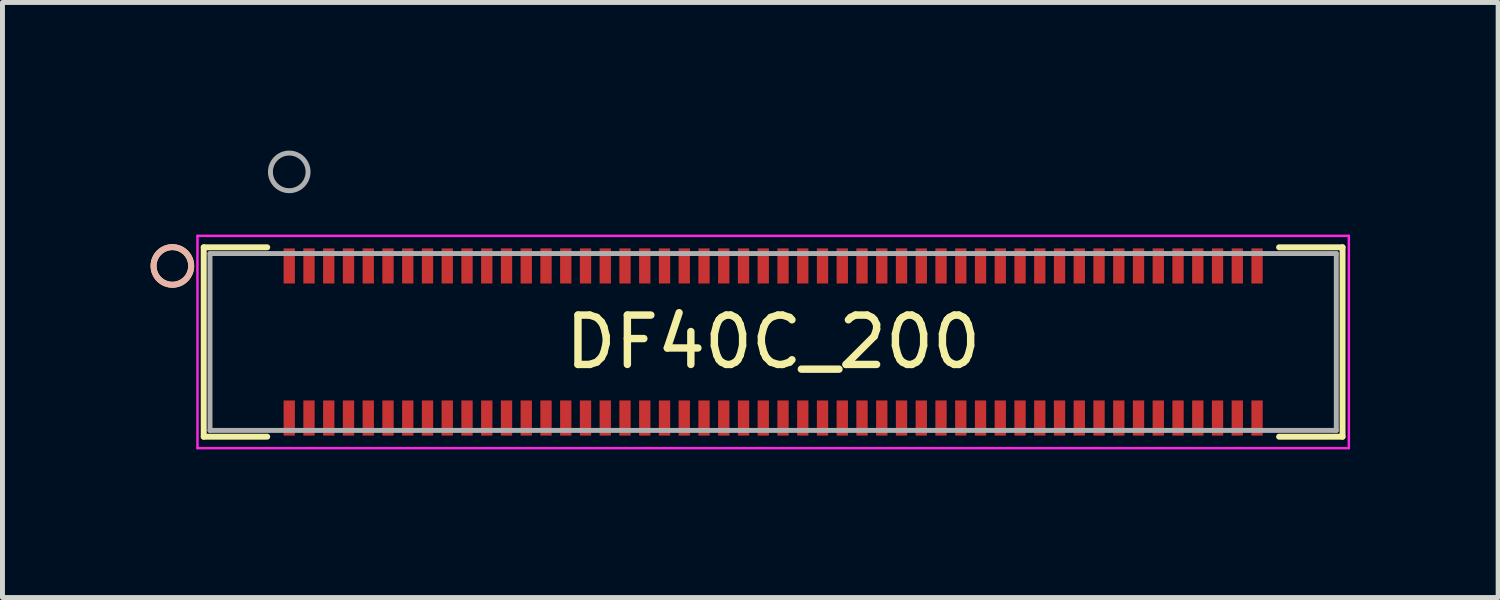
<source format=kicad_pcb>
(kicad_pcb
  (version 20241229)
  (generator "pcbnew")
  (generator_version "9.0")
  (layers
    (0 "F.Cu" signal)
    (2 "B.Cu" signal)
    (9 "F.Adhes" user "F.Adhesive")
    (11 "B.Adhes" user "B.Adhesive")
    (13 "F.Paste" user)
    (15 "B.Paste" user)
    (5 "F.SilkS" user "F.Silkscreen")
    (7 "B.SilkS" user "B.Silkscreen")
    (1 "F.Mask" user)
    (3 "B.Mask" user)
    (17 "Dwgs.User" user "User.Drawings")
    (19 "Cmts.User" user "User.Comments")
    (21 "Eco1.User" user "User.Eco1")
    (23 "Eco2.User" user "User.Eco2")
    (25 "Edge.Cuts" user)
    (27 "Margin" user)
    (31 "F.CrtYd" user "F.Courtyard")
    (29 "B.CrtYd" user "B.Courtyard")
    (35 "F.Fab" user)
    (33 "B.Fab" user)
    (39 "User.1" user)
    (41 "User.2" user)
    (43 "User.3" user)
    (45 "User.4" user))
  (footprint "DF40C_200"
    (layer "F.Cu")
    (at 12.608 3.876)
    (property "Reference" "DF40C_200" (at 0 0 0) (layer "F.SilkS") (effects (font (size 1 1) (thickness 0.15))))
    (attr through_hole)
    (fp_line (start -11.532 -1.918) (end -11.532 1.918) (stroke (width 0.12) (type solid)) (layer "F.SilkS"))
    (fp_line (start -11.532 1.918) (end -10.246 1.918) (stroke (width 0.12) (type solid)) (layer "F.SilkS"))
    (fp_line (start -10.246 -1.918) (end -11.532 -1.918) (stroke (width 0.12) (type solid)) (layer "F.SilkS"))
    (fp_line (start 10.246 1.918) (end 11.532 1.918) (stroke (width 0.12) (type solid)) (layer "F.SilkS"))
    (fp_line (start 11.532 -1.918) (end 10.246 -1.918) (stroke (width 0.12) (type solid)) (layer "F.SilkS"))
    (fp_line (start 11.532 1.918) (end 11.532 -1.918) (stroke (width 0.12) (type solid)) (layer "F.SilkS"))
    (fp_circle (center -12.167 -1.54) (end -11.786 -1.54) (stroke (width 0.12) (type solid)) (fill no) (layer "F.SilkS"))
    (fp_circle (center -12.167 -1.54) (end -11.786 -1.54) (stroke (width 0.12) (type solid)) (fill no) (layer "B.SilkS"))
    (fp_line (start -11.659 -2.15) (end -11.659 2.15) (stroke (width 0.05) (type solid)) (layer "F.CrtYd"))
    (fp_line (start -11.659 2.15) (end 11.659 2.15) (stroke (width 0.05) (type solid)) (layer "F.CrtYd"))
    (fp_line (start 11.659 -2.15) (end -11.659 -2.15) (stroke (width 0.05) (type solid)) (layer "F.CrtYd"))
    (fp_line (start 11.659 2.15) (end 11.659 -2.15) (stroke (width 0.05) (type solid)) (layer "F.CrtYd"))
    (fp_line (start -11.405 -1.791) (end -11.405 1.791) (stroke (width 0.1) (type solid)) (layer "F.Fab"))
    (fp_line (start -11.405 1.791) (end 11.405 1.791) (stroke (width 0.1) (type solid)) (layer "F.Fab"))
    (fp_line (start 11.405 -1.791) (end -11.405 -1.791) (stroke (width 0.1) (type solid)) (layer "F.Fab"))
    (fp_line (start 11.405 1.791) (end 11.405 -1.791) (stroke (width 0.1) (type solid)) (layer "F.Fab"))
    (fp_circle (center -9.8 -3.445) (end -9.419 -3.445) (stroke (width 0.1) (type solid)) (fill no) (layer "F.Fab"))
    (pad "101" smd rect (at -9.8 -1.54) (size 0.229 0.711) (layers "F.Cu" "F.Mask" "F.Paste"))
    (pad "102" smd rect (at -9.8 1.54) (size 0.229 0.711) (layers "F.Cu" "F.Mask" "F.Paste"))
    (pad "103" smd rect (at -9.4 -1.54) (size 0.229 0.711) (layers "F.Cu" "F.Mask" "F.Paste"))
    (pad "104" smd rect (at -9.4 1.54) (size 0.229 0.711) (layers "F.Cu" "F.Mask" "F.Paste"))
    (pad "105" smd rect (at -9 -1.54) (size 0.229 0.711) (layers "F.Cu" "F.Mask" "F.Paste"))
    (pad "106" smd rect (at -9 1.54) (size 0.229 0.711) (layers "F.Cu" "F.Mask" "F.Paste"))
    (pad "107" smd rect (at -8.6 -1.54) (size 0.229 0.711) (layers "F.Cu" "F.Mask" "F.Paste"))
    (pad "108" smd rect (at -8.6 1.54) (size 0.229 0.711) (layers "F.Cu" "F.Mask" "F.Paste"))
    (pad "109" smd rect (at -8.2 -1.54) (size 0.229 0.711) (layers "F.Cu" "F.Mask" "F.Paste"))
    (pad "110" smd rect (at -8.2 1.54) (size 0.229 0.711) (layers "F.Cu" "F.Mask" "F.Paste"))
    (pad "111" smd rect (at -7.8 -1.54) (size 0.229 0.711) (layers "F.Cu" "F.Mask" "F.Paste"))
    (pad "112" smd rect (at -7.8 1.54) (size 0.229 0.711) (layers "F.Cu" "F.Mask" "F.Paste"))
    (pad "113" smd rect (at -7.4 -1.54) (size 0.229 0.711) (layers "F.Cu" "F.Mask" "F.Paste"))
    (pad "114" smd rect (at -7.4 1.54) (size 0.229 0.711) (layers "F.Cu" "F.Mask" "F.Paste"))
    (pad "115" smd rect (at -7 -1.54) (size 0.229 0.711) (layers "F.Cu" "F.Mask" "F.Paste"))
    (pad "116" smd rect (at -7 1.54) (size 0.229 0.711) (layers "F.Cu" "F.Mask" "F.Paste"))
    (pad "117" smd rect (at -6.6 -1.54) (size 0.229 0.711) (layers "F.Cu" "F.Mask" "F.Paste"))
    (pad "118" smd rect (at -6.6 1.54) (size 0.229 0.711) (layers "F.Cu" "F.Mask" "F.Paste"))
    (pad "119" smd rect (at -6.2 -1.54) (size 0.229 0.711) (layers "F.Cu" "F.Mask" "F.Paste"))
    (pad "120" smd rect (at -6.2 1.54) (size 0.229 0.711) (layers "F.Cu" "F.Mask" "F.Paste"))
    (pad "121" smd rect (at -5.8 -1.54) (size 0.229 0.711) (layers "F.Cu" "F.Mask" "F.Paste"))
    (pad "122" smd rect (at -5.8 1.54) (size 0.229 0.711) (layers "F.Cu" "F.Mask" "F.Paste"))
    (pad "123" smd rect (at -5.4 -1.54) (size 0.229 0.711) (layers "F.Cu" "F.Mask" "F.Paste"))
    (pad "124" smd rect (at -5.4 1.54) (size 0.229 0.711) (layers "F.Cu" "F.Mask" "F.Paste"))
    (pad "125" smd rect (at -5 -1.54) (size 0.229 0.711) (layers "F.Cu" "F.Mask" "F.Paste"))
    (pad "126" smd rect (at -5 1.54) (size 0.229 0.711) (layers "F.Cu" "F.Mask" "F.Paste"))
    (pad "127" smd rect (at -4.6 -1.54) (size 0.229 0.711) (layers "F.Cu" "F.Mask" "F.Paste"))
    (pad "128" smd rect (at -4.6 1.54) (size 0.229 0.711) (layers "F.Cu" "F.Mask" "F.Paste"))
    (pad "129" smd rect (at -4.2 -1.54) (size 0.229 0.711) (layers "F.Cu" "F.Mask" "F.Paste"))
    (pad "130" smd rect (at -4.2 1.54) (size 0.229 0.711) (layers "F.Cu" "F.Mask" "F.Paste"))
    (pad "131" smd rect (at -3.8 -1.54) (size 0.229 0.711) (layers "F.Cu" "F.Mask" "F.Paste"))
    (pad "132" smd rect (at -3.8 1.54) (size 0.229 0.711) (layers "F.Cu" "F.Mask" "F.Paste"))
    (pad "133" smd rect (at -3.4 -1.54) (size 0.229 0.711) (layers "F.Cu" "F.Mask" "F.Paste"))
    (pad "134" smd rect (at -3.4 1.54) (size 0.229 0.711) (layers "F.Cu" "F.Mask" "F.Paste"))
    (pad "135" smd rect (at -3 -1.54) (size 0.229 0.711) (layers "F.Cu" "F.Mask" "F.Paste"))
    (pad "136" smd rect (at -3 1.54) (size 0.229 0.711) (layers "F.Cu" "F.Mask" "F.Paste"))
    (pad "137" smd rect (at -2.6 -1.54) (size 0.229 0.711) (layers "F.Cu" "F.Mask" "F.Paste"))
    (pad "138" smd rect (at -2.6 1.54) (size 0.229 0.711) (layers "F.Cu" "F.Mask" "F.Paste"))
    (pad "139" smd rect (at -2.2 -1.54) (size 0.229 0.711) (layers "F.Cu" "F.Mask" "F.Paste"))
    (pad "140" smd rect (at -2.2 1.54) (size 0.229 0.711) (layers "F.Cu" "F.Mask" "F.Paste"))
    (pad "141" smd rect (at -1.8 -1.54) (size 0.229 0.711) (layers "F.Cu" "F.Mask" "F.Paste"))
    (pad "142" smd rect (at -1.8 1.54) (size 0.229 0.711) (layers "F.Cu" "F.Mask" "F.Paste"))
    (pad "143" smd rect (at -1.4 -1.54) (size 0.229 0.711) (layers "F.Cu" "F.Mask" "F.Paste"))
    (pad "144" smd rect (at -1.4 1.54) (size 0.229 0.711) (layers "F.Cu" "F.Mask" "F.Paste"))
    (pad "145" smd rect (at -1 -1.54) (size 0.229 0.711) (layers "F.Cu" "F.Mask" "F.Paste"))
    (pad "146" smd rect (at -1 1.54) (size 0.229 0.711) (layers "F.Cu" "F.Mask" "F.Paste"))
    (pad "147" smd rect (at -0.6 -1.54) (size 0.229 0.711) (layers "F.Cu" "F.Mask" "F.Paste"))
    (pad "148" smd rect (at -0.6 1.54) (size 0.229 0.711) (layers "F.Cu" "F.Mask" "F.Paste"))
    (pad "149" smd rect (at -0.2 -1.54) (size 0.229 0.711) (layers "F.Cu" "F.Mask" "F.Paste"))
    (pad "150" smd rect (at -0.2 1.54) (size 0.229 0.711) (layers "F.Cu" "F.Mask" "F.Paste"))
    (pad "151" smd rect (at 0.2 -1.54) (size 0.229 0.711) (layers "F.Cu" "F.Mask" "F.Paste"))
    (pad "152" smd rect (at 0.2 1.54) (size 0.229 0.711) (layers "F.Cu" "F.Mask" "F.Paste"))
    (pad "153" smd rect (at 0.6 -1.54) (size 0.229 0.711) (layers "F.Cu" "F.Mask" "F.Paste"))
    (pad "154" smd rect (at 0.6 1.54) (size 0.229 0.711) (layers "F.Cu" "F.Mask" "F.Paste"))
    (pad "155" smd rect (at 1 -1.54) (size 0.229 0.711) (layers "F.Cu" "F.Mask" "F.Paste"))
    (pad "156" smd rect (at 1 1.54) (size 0.229 0.711) (layers "F.Cu" "F.Mask" "F.Paste"))
    (pad "157" smd rect (at 1.4 -1.54) (size 0.229 0.711) (layers "F.Cu" "F.Mask" "F.Paste"))
    (pad "158" smd rect (at 1.4 1.54) (size 0.229 0.711) (layers "F.Cu" "F.Mask" "F.Paste"))
    (pad "159" smd rect (at 1.8 -1.54) (size 0.229 0.711) (layers "F.Cu" "F.Mask" "F.Paste"))
    (pad "160" smd rect (at 1.8 1.54) (size 0.229 0.711) (layers "F.Cu" "F.Mask" "F.Paste"))
    (pad "161" smd rect (at 2.2 -1.54) (size 0.229 0.711) (layers "F.Cu" "F.Mask" "F.Paste"))
    (pad "162" smd rect (at 2.2 1.54) (size 0.229 0.711) (layers "F.Cu" "F.Mask" "F.Paste"))
    (pad "163" smd rect (at 2.6 -1.54) (size 0.229 0.711) (layers "F.Cu" "F.Mask" "F.Paste"))
    (pad "164" smd rect (at 2.6 1.54) (size 0.229 0.711) (layers "F.Cu" "F.Mask" "F.Paste"))
    (pad "165" smd rect (at 3 -1.54) (size 0.229 0.711) (layers "F.Cu" "F.Mask" "F.Paste"))
    (pad "166" smd rect (at 3 1.54) (size 0.229 0.711) (layers "F.Cu" "F.Mask" "F.Paste"))
    (pad "167" smd rect (at 3.4 -1.54) (size 0.229 0.711) (layers "F.Cu" "F.Mask" "F.Paste"))
    (pad "168" smd rect (at 3.4 1.54) (size 0.229 0.711) (layers "F.Cu" "F.Mask" "F.Paste"))
    (pad "169" smd rect (at 3.8 -1.54) (size 0.229 0.711) (layers "F.Cu" "F.Mask" "F.Paste"))
    (pad "170" smd rect (at 3.8 1.54) (size 0.229 0.711) (layers "F.Cu" "F.Mask" "F.Paste"))
    (pad "171" smd rect (at 4.2 -1.54) (size 0.229 0.711) (layers "F.Cu" "F.Mask" "F.Paste"))
    (pad "172" smd rect (at 4.2 1.54) (size 0.229 0.711) (layers "F.Cu" "F.Mask" "F.Paste"))
    (pad "173" smd rect (at 4.6 -1.54) (size 0.229 0.711) (layers "F.Cu" "F.Mask" "F.Paste"))
    (pad "174" smd rect (at 4.6 1.54) (size 0.229 0.711) (layers "F.Cu" "F.Mask" "F.Paste"))
    (pad "175" smd rect (at 5 -1.54) (size 0.229 0.711) (layers "F.Cu" "F.Mask" "F.Paste"))
    (pad "176" smd rect (at 5 1.54) (size 0.229 0.711) (layers "F.Cu" "F.Mask" "F.Paste"))
    (pad "177" smd rect (at 5.4 -1.54) (size 0.229 0.711) (layers "F.Cu" "F.Mask" "F.Paste"))
    (pad "178" smd rect (at 5.4 1.54) (size 0.229 0.711) (layers "F.Cu" "F.Mask" "F.Paste"))
    (pad "179" smd rect (at 5.8 -1.54) (size 0.229 0.711) (layers "F.Cu" "F.Mask" "F.Paste"))
    (pad "180" smd rect (at 5.8 1.54) (size 0.229 0.711) (layers "F.Cu" "F.Mask" "F.Paste"))
    (pad "181" smd rect (at 6.2 -1.54) (size 0.229 0.711) (layers "F.Cu" "F.Mask" "F.Paste"))
    (pad "182" smd rect (at 6.2 1.54) (size 0.229 0.711) (layers "F.Cu" "F.Mask" "F.Paste"))
    (pad "183" smd rect (at 6.6 -1.54) (size 0.229 0.711) (layers "F.Cu" "F.Mask" "F.Paste"))
    (pad "184" smd rect (at 6.6 1.54) (size 0.229 0.711) (layers "F.Cu" "F.Mask" "F.Paste"))
    (pad "185" smd rect (at 7 -1.54) (size 0.229 0.711) (layers "F.Cu" "F.Mask" "F.Paste"))
    (pad "186" smd rect (at 7 1.54) (size 0.229 0.711) (layers "F.Cu" "F.Mask" "F.Paste"))
    (pad "187" smd rect (at 7.4 -1.54) (size 0.229 0.711) (layers "F.Cu" "F.Mask" "F.Paste"))
    (pad "188" smd rect (at 7.4 1.54) (size 0.229 0.711) (layers "F.Cu" "F.Mask" "F.Paste"))
    (pad "189" smd rect (at 7.8 -1.54) (size 0.229 0.711) (layers "F.Cu" "F.Mask" "F.Paste"))
    (pad "190" smd rect (at 7.8 1.54) (size 0.229 0.711) (layers "F.Cu" "F.Mask" "F.Paste"))
    (pad "191" smd rect (at 8.2 -1.54) (size 0.229 0.711) (layers "F.Cu" "F.Mask" "F.Paste"))
    (pad "192" smd rect (at 8.2 1.54) (size 0.229 0.711) (layers "F.Cu" "F.Mask" "F.Paste"))
    (pad "193" smd rect (at 8.6 -1.54) (size 0.229 0.711) (layers "F.Cu" "F.Mask" "F.Paste"))
    (pad "194" smd rect (at 8.6 1.54) (size 0.229 0.711) (layers "F.Cu" "F.Mask" "F.Paste"))
    (pad "195" smd rect (at 9 -1.54) (size 0.229 0.711) (layers "F.Cu" "F.Mask" "F.Paste"))
    (pad "196" smd rect (at 9 1.54) (size 0.229 0.711) (layers "F.Cu" "F.Mask" "F.Paste"))
    (pad "197" smd rect (at 9.4 -1.54) (size 0.229 0.711) (layers "F.Cu" "F.Mask" "F.Paste"))
    (pad "198" smd rect (at 9.4 1.54) (size 0.229 0.711) (layers "F.Cu" "F.Mask" "F.Paste"))
    (pad "199" smd rect (at 9.8 -1.54) (size 0.229 0.711) (layers "F.Cu" "F.Mask" "F.Paste"))
    (pad "200" smd rect (at 9.8 1.54) (size 0.229 0.711) (layers "F.Cu" "F.Mask" "F.Paste")))
  (gr_rect
    (start -3 -3)
    (end 27.291 9.051)
    (stroke (width 0.1) (type default))
    (fill no)
    (layer "Edge.Cuts")))
</source>
